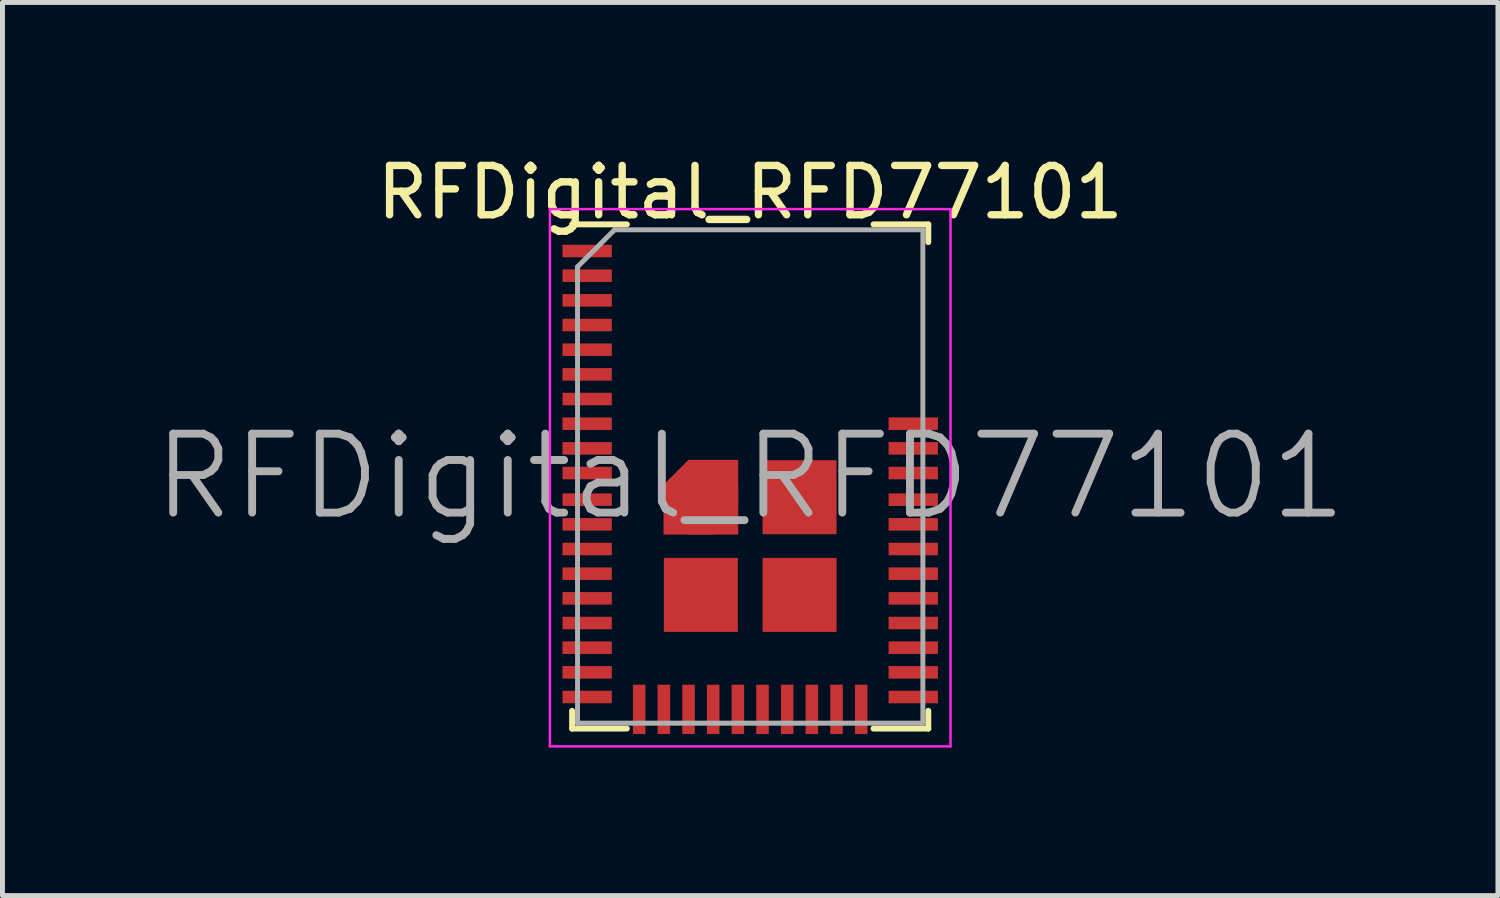
<source format=kicad_pcb>
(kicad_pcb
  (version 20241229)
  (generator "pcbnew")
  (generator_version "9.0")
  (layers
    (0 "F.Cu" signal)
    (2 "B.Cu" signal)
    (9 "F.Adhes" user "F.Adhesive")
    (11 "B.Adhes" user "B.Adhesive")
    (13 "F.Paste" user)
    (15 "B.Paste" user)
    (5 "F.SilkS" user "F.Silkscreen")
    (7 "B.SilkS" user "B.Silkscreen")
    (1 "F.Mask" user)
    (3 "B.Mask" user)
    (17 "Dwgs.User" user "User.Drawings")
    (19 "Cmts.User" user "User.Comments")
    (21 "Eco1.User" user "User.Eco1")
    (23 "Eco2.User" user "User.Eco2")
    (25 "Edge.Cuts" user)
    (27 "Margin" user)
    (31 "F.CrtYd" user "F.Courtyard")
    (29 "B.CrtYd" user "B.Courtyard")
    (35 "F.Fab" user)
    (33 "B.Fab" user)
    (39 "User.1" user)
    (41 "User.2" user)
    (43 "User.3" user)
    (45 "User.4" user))
  (footprint "RFDigital_RFD77101"
    (layer "F.Cu")
    (at 12.156 6.608)
    (property "Reference" "RFDigital_RFD77101" (at 0 -5.76 0) (layer "F.SilkS") (effects (font (size 1 1) (thickness 0.15))))
    (attr smd)
    (fp_line (start -3.61 -5.11) (end -2.5 -5.11) (stroke (width 0.12) (type solid)) (layer "F.SilkS"))
    (fp_line (start -3.61 4.75) (end -3.61 5.11) (stroke (width 0.12) (type solid)) (layer "F.SilkS"))
    (fp_line (start -3.61 5.11) (end -2.5 5.11) (stroke (width 0.12) (type solid)) (layer "F.SilkS"))
    (fp_line (start 3.61 -5.11) (end 2.5 -5.11) (stroke (width 0.12) (type solid)) (layer "F.SilkS"))
    (fp_line (start 3.61 -4.75) (end 3.61 -5.11) (stroke (width 0.12) (type solid)) (layer "F.SilkS"))
    (fp_line (start 3.61 4.75) (end 3.61 5.11) (stroke (width 0.12) (type solid)) (layer "F.SilkS"))
    (fp_line (start 3.61 5.11) (end 2.5 5.11) (stroke (width 0.12) (type solid)) (layer "F.SilkS"))
    (fp_line (start -4.06 -5.42) (end -4.06 5.47) (stroke (width 0.05) (type solid)) (layer "F.CrtYd"))
    (fp_line (start -4.06 5.47) (end 4.06 5.47) (stroke (width 0.05) (type solid)) (layer "F.CrtYd"))
    (fp_line (start 4.06 -5.42) (end -4.06 -5.42) (stroke (width 0.05) (type solid)) (layer "F.CrtYd"))
    (fp_line (start 4.06 5.47) (end 4.06 -5.42) (stroke (width 0.05) (type solid)) (layer "F.CrtYd"))
    (fp_line (start -3.5 -4.25) (end -3.5 5) (stroke (width 0.1) (type solid)) (layer "F.Fab"))
    (fp_line (start -3.5 5) (end 3.5 5) (stroke (width 0.1) (type solid)) (layer "F.Fab"))
    (fp_line (start -2.75 -5) (end -3.5 -4.25) (stroke (width 0.1) (type solid)) (layer "F.Fab"))
    (fp_line (start 3.5 -5) (end -2.75 -5) (stroke (width 0.1) (type solid)) (layer "F.Fab"))
    (fp_line (start 3.5 5) (end 3.5 -5) (stroke (width 0.1) (type solid)) (layer "F.Fab"))
    (fp_text user "${REFERENCE}" (at 0 0 0) (layer "F.Fab") (effects (font (size 1.6 1.6) (thickness 0.16))))
    (pad "1" smd rect (at -3.305 -4.57) (size 1 0.254) (layers "F.Cu" "F.Mask" "F.Paste"))
    (pad "2" smd rect (at -3.305 -4.07) (size 1 0.254) (layers "F.Cu" "F.Mask" "F.Paste"))
    (pad "3" smd rect (at -3.305 -3.57) (size 1 0.254) (layers "F.Cu" "F.Mask" "F.Paste"))
    (pad "4" smd rect (at -3.305 -3.07) (size 1 0.254) (layers "F.Cu" "F.Mask" "F.Paste"))
    (pad "5" smd rect (at -3.305 -2.57) (size 1 0.254) (layers "F.Cu" "F.Mask" "F.Paste"))
    (pad "6" smd rect (at -3.305 -2.07) (size 1 0.254) (layers "F.Cu" "F.Mask" "F.Paste"))
    (pad "7" smd rect (at -3.305 -1.57) (size 1 0.254) (layers "F.Cu" "F.Mask" "F.Paste"))
    (pad "8" smd rect (at -3.305 -1.07) (size 1 0.254) (layers "F.Cu" "F.Mask" "F.Paste"))
    (pad "9" smd rect (at -3.305 -0.57) (size 1 0.254) (layers "F.Cu" "F.Mask" "F.Paste"))
    (pad "10" smd rect (at -3.305 -0.07) (size 1 0.254) (layers "F.Cu" "F.Mask" "F.Paste"))
    (pad "11" smd rect (at -3.305 0.47) (size 1 0.254) (layers "F.Cu" "F.Mask" "F.Paste"))
    (pad "12" smd rect (at -3.305 0.97) (size 1 0.254) (layers "F.Cu" "F.Mask" "F.Paste"))
    (pad "13" smd rect (at -3.305 1.47) (size 1 0.254) (layers "F.Cu" "F.Mask" "F.Paste"))
    (pad "14" smd rect (at -3.305 1.97) (size 1 0.254) (layers "F.Cu" "F.Mask" "F.Paste"))
    (pad "15" smd rect (at -3.305 2.47) (size 1 0.254) (layers "F.Cu" "F.Mask" "F.Paste"))
    (pad "16" smd rect (at -3.305 2.97) (size 1 0.254) (layers "F.Cu" "F.Mask" "F.Paste"))
    (pad "17" smd rect (at -3.305 3.47) (size 1 0.254) (layers "F.Cu" "F.Mask" "F.Paste"))
    (pad "18" smd rect (at -3.305 3.97) (size 1 0.254) (layers "F.Cu" "F.Mask" "F.Paste"))
    (pad "19" smd rect (at -3.305 4.47) (size 1 0.254) (layers "F.Cu" "F.Mask" "F.Paste"))
    (pad "20" smd rect (at -2.25 4.72 90) (size 1 0.254) (layers "F.Cu" "F.Mask" "F.Paste"))
    (pad "21" smd rect (at -1.75 4.72 90) (size 1 0.254) (layers "F.Cu" "F.Mask" "F.Paste"))
    (pad "22" smd rect (at -1.25 4.72 90) (size 1 0.254) (layers "F.Cu" "F.Mask" "F.Paste"))
    (pad "23" smd rect (at -0.75 4.72 90) (size 1 0.254) (layers "F.Cu" "F.Mask" "F.Paste"))
    (pad "24" smd rect (at -0.25 4.72 90) (size 1 0.254) (layers "F.Cu" "F.Mask" "F.Paste"))
    (pad "25" smd rect (at 0.25 4.72 90) (size 1 0.254) (layers "F.Cu" "F.Mask" "F.Paste"))
    (pad "26" smd rect (at 0.75 4.72 90) (size 1 0.254) (layers "F.Cu" "F.Mask" "F.Paste"))
    (pad "27" smd rect (at 1.25 4.72 90) (size 1 0.254) (layers "F.Cu" "F.Mask" "F.Paste"))
    (pad "28" smd rect (at 1.75 4.72 90) (size 1 0.254) (layers "F.Cu" "F.Mask" "F.Paste"))
    (pad "29" smd rect (at 2.25 4.72 90) (size 1 0.254) (layers "F.Cu" "F.Mask" "F.Paste"))
    (pad "30" smd rect (at 3.305 4.47) (size 1 0.254) (layers "F.Cu" "F.Mask" "F.Paste"))
    (pad "31" smd rect (at 3.305 3.97) (size 1 0.254) (layers "F.Cu" "F.Mask" "F.Paste"))
    (pad "32" smd rect (at 3.305 3.47) (size 1 0.254) (layers "F.Cu" "F.Mask" "F.Paste"))
    (pad "33" smd rect (at 3.305 2.97) (size 1 0.254) (layers "F.Cu" "F.Mask" "F.Paste"))
    (pad "34" smd rect (at 3.305 2.47) (size 1 0.254) (layers "F.Cu" "F.Mask" "F.Paste"))
    (pad "35" smd rect (at 3.305 1.97) (size 1 0.254) (layers "F.Cu" "F.Mask" "F.Paste"))
    (pad "36" smd rect (at 3.305 1.47) (size 1 0.254) (layers "F.Cu" "F.Mask" "F.Paste"))
    (pad "37" smd rect (at 3.305 0.97) (size 1 0.254) (layers "F.Cu" "F.Mask" "F.Paste"))
    (pad "38" smd rect (at 3.305 0.47) (size 1 0.254) (layers "F.Cu" "F.Mask" "F.Paste"))
    (pad "39" smd rect (at 3.305 -0.07) (size 1 0.254) (layers "F.Cu" "F.Mask" "F.Paste"))
    (pad "40" smd rect (at 3.305 -0.57) (size 1 0.254) (layers "F.Cu" "F.Mask" "F.Paste"))
    (pad "41" smd rect (at 3.305 -1.07) (size 1 0.254) (layers "F.Cu" "F.Mask" "F.Paste"))
    (pad "42" smd rect (at -1.252 0.168 45) (size 0.714 0.714) (layers "F.Cu" "F.Mask" "F.Paste"))
    (pad "42" smd rect (at -1.252 0.672) (size 1.01 1.01) (layers "F.Cu" "F.Mask" "F.Paste"))
    (pad "42" smd rect (at -0.748 0.168) (size 1.01 1.01) (layers "F.Cu" "F.Mask" "F.Paste"))
    (pad "42" smd rect (at -0.748 0.672) (size 1.01 1.01) (layers "F.Cu" "F.Mask" "F.Paste"))
    (pad "43" smd rect (at -1 2.4) (size 1.5 1.5) (layers "F.Cu" "F.Mask" "F.Paste"))
    (pad "44" smd rect (at 1 2.4) (size 1.5 1.5) (layers "F.Cu" "F.Mask" "F.Paste"))
    (pad "45" smd rect (at 1 0.42) (size 1.5 1.5) (layers "F.Cu" "F.Mask" "F.Paste")))
  (gr_rect
    (start -3 -3)
    (end 27.312 15.103)
    (stroke (width 0.1) (type default))
    (fill no)
    (layer "Edge.Cuts")))
</source>
